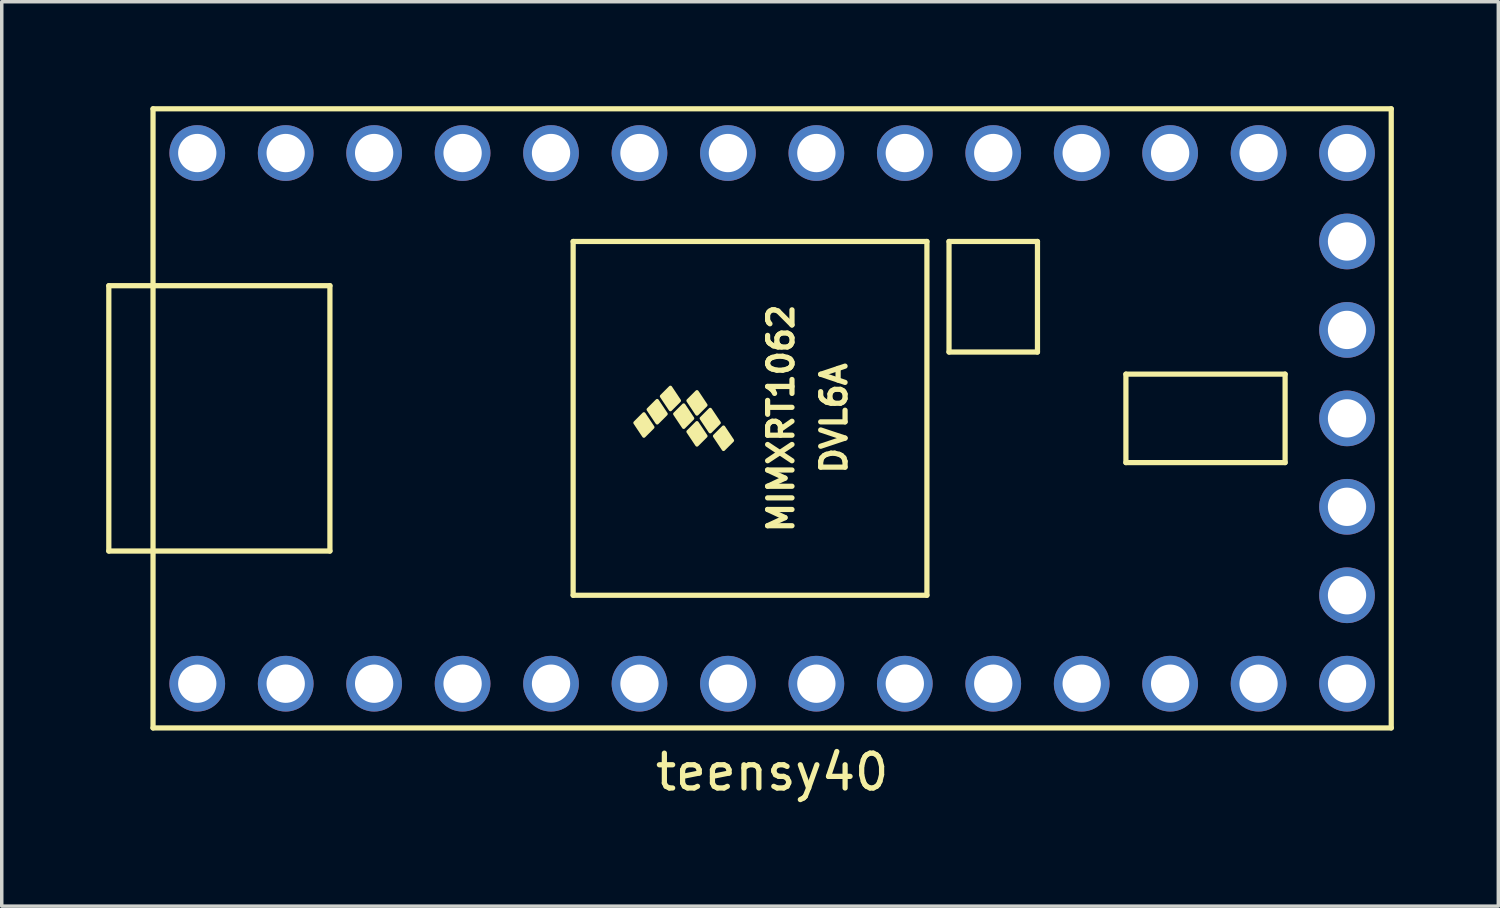
<source format=kicad_pcb>
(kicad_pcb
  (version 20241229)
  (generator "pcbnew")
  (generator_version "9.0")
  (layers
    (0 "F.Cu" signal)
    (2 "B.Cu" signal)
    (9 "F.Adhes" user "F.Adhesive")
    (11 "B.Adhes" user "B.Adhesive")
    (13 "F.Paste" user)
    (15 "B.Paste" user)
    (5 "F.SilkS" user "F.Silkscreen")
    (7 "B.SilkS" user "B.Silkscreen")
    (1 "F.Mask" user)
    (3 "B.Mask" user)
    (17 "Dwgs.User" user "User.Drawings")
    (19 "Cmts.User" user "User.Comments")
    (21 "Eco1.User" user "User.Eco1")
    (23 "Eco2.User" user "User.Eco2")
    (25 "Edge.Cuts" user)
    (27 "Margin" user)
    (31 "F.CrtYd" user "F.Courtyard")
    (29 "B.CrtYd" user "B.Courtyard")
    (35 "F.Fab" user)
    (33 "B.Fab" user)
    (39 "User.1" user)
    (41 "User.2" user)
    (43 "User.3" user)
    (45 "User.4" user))
  (footprint "teensy40"
    (layer "F.Cu")
    (at 19.125 8.965)
    (property "Reference" "teensy40" (at 0 10.16 0) (layer "F.SilkS") (effects (font (size 1 1) (thickness 0.15))))
    (attr through_hole)
    (fp_line (start -19.05 -3.81) (end -17.78 -3.81) (stroke (width 0.15) (type solid)) (layer "F.SilkS"))
    (fp_line (start -19.05 3.81) (end -19.05 -3.81) (stroke (width 0.15) (type solid)) (layer "F.SilkS"))
    (fp_line (start -17.78 -8.89) (end 17.78 -8.89) (stroke (width 0.15) (type solid)) (layer "F.SilkS"))
    (fp_line (start -17.78 3.81) (end -19.05 3.81) (stroke (width 0.15) (type solid)) (layer "F.SilkS"))
    (fp_line (start -17.78 8.89) (end -17.78 -8.89) (stroke (width 0.15) (type solid)) (layer "F.SilkS"))
    (fp_line (start -12.7 -3.81) (end -17.78 -3.81) (stroke (width 0.15) (type solid)) (layer "F.SilkS"))
    (fp_line (start -12.7 3.81) (end -17.78 3.81) (stroke (width 0.15) (type solid)) (layer "F.SilkS"))
    (fp_line (start -12.7 3.81) (end -12.7 -3.81) (stroke (width 0.15) (type solid)) (layer "F.SilkS"))
    (fp_line (start -5.715 -5.08) (end -5.715 5.08) (stroke (width 0.15) (type solid)) (layer "F.SilkS"))
    (fp_line (start 4.445 -5.08) (end -5.715 -5.08) (stroke (width 0.15) (type solid)) (layer "F.SilkS"))
    (fp_line (start 4.445 5.08) (end -5.715 5.08) (stroke (width 0.15) (type solid)) (layer "F.SilkS"))
    (fp_line (start 4.445 5.08) (end 4.445 -5.08) (stroke (width 0.15) (type solid)) (layer "F.SilkS"))
    (fp_line (start 5.08 -5.08) (end 7.62 -5.08) (stroke (width 0.15) (type solid)) (layer "F.SilkS"))
    (fp_line (start 5.08 -1.905) (end 5.08 -5.08) (stroke (width 0.15) (type solid)) (layer "F.SilkS"))
    (fp_line (start 7.62 -5.08) (end 7.62 -1.905) (stroke (width 0.15) (type solid)) (layer "F.SilkS"))
    (fp_line (start 7.62 -1.905) (end 5.08 -1.905) (stroke (width 0.15) (type solid)) (layer "F.SilkS"))
    (fp_line (start 10.16 -1.27) (end 14.732 -1.27) (stroke (width 0.15) (type solid)) (layer "F.SilkS"))
    (fp_line (start 10.16 1.27) (end 10.16 -1.27) (stroke (width 0.15) (type solid)) (layer "F.SilkS"))
    (fp_line (start 14.732 -1.27) (end 14.732 1.27) (stroke (width 0.15) (type solid)) (layer "F.SilkS"))
    (fp_line (start 14.732 1.27) (end 10.16 1.27) (stroke (width 0.15) (type solid)) (layer "F.SilkS"))
    (fp_line (start 17.78 -8.89) (end 17.78 8.89) (stroke (width 0.15) (type solid)) (layer "F.SilkS"))
    (fp_line (start 17.78 8.89) (end -17.78 8.89) (stroke (width 0.15) (type solid)) (layer "F.SilkS"))
    (fp_poly (pts (xy -3.937 0.127) (xy -3.683 -0.127) (xy -3.429 0.254) (xy -3.683 0.508)) (stroke (width 0.1) (type solid)) (fill yes) (layer "F.SilkS"))
    (fp_poly (pts (xy -3.556 -0.254) (xy -3.302 -0.508) (xy -3.048 -0.127) (xy -3.302 0.127)) (stroke (width 0.1) (type solid)) (fill yes) (layer "F.SilkS"))
    (fp_poly (pts (xy -3.175 -0.635) (xy -2.921 -0.889) (xy -2.667 -0.508) (xy -2.921 -0.254)) (stroke (width 0.1) (type solid)) (fill yes) (layer "F.SilkS"))
    (fp_poly (pts (xy -2.794 -0.127) (xy -2.54 -0.381) (xy -2.286 0) (xy -2.54 0.254)) (stroke (width 0.1) (type solid)) (fill yes) (layer "F.SilkS"))
    (fp_poly (pts (xy -2.413 -0.508) (xy -2.159 -0.762) (xy -1.905 -0.381) (xy -2.159 -0.127)) (stroke (width 0.1) (type solid)) (fill yes) (layer "F.SilkS"))
    (fp_poly (pts (xy -2.413 0.381) (xy -2.159 0.127) (xy -1.905 0.508) (xy -2.159 0.762)) (stroke (width 0.1) (type solid)) (fill yes) (layer "F.SilkS"))
    (fp_poly (pts (xy -2.032 0) (xy -1.778 -0.254) (xy -1.524 0.127) (xy -1.778 0.381)) (stroke (width 0.1) (type solid)) (fill yes) (layer "F.SilkS"))
    (fp_poly (pts (xy -1.651 0.508) (xy -1.397 0.254) (xy -1.143 0.635) (xy -1.397 0.889)) (stroke (width 0.1) (type solid)) (fill yes) (layer "F.SilkS"))
    (fp_text user "DVL6A" (at 1.778 0 90) (layer "F.SilkS") (effects (font (size 0.7 0.7) (thickness 0.15))))
    (fp_text user "MIMXRT1062" (at 0.254 0 90) (layer "F.SilkS") (effects (font (size 0.7 0.7) (thickness 0.15))))
    (pad "1" thru_hole circle (at -16.51 7.62) (size 1.6 1.6) (drill 1.1) (layers "*.Cu" "*.Mask"))
    (pad "2" thru_hole circle (at -13.97 7.62) (size 1.6 1.6) (drill 1.1) (layers "*.Cu" "*.Mask"))
    (pad "3" thru_hole circle (at -11.43 7.62) (size 1.6 1.6) (drill 1.1) (layers "*.Cu" "*.Mask"))
    (pad "4" thru_hole circle (at -8.89 7.62) (size 1.6 1.6) (drill 1.1) (layers "*.Cu" "*.Mask"))
    (pad "5" thru_hole circle (at -6.35 7.62) (size 1.6 1.6) (drill 1.1) (layers "*.Cu" "*.Mask"))
    (pad "6" thru_hole circle (at -3.81 7.62) (size 1.6 1.6) (drill 1.1) (layers "*.Cu" "*.Mask"))
    (pad "7" thru_hole circle (at -1.27 7.62) (size 1.6 1.6) (drill 1.1) (layers "*.Cu" "*.Mask"))
    (pad "8" thru_hole circle (at 1.27 7.62) (size 1.6 1.6) (drill 1.1) (layers "*.Cu" "*.Mask"))
    (pad "9" thru_hole circle (at 3.81 7.62) (size 1.6 1.6) (drill 1.1) (layers "*.Cu" "*.Mask"))
    (pad "10" thru_hole circle (at 6.35 7.62) (size 1.6 1.6) (drill 1.1) (layers "*.Cu" "*.Mask"))
    (pad "11" thru_hole circle (at 8.89 7.62) (size 1.6 1.6) (drill 1.1) (layers "*.Cu" "*.Mask"))
    (pad "12" thru_hole circle (at 11.43 7.62) (size 1.6 1.6) (drill 1.1) (layers "*.Cu" "*.Mask"))
    (pad "13" thru_hole circle (at 13.97 7.62) (size 1.6 1.6) (drill 1.1) (layers "*.Cu" "*.Mask"))
    (pad "14" thru_hole circle (at 16.51 7.62) (size 1.6 1.6) (drill 1.1) (layers "*.Cu" "*.Mask"))
    (pad "15" thru_hole circle (at 16.51 5.08) (size 1.6 1.6) (drill 1.1) (layers "*.Cu" "*.Mask"))
    (pad "16" thru_hole circle (at 16.51 2.54) (size 1.6 1.6) (drill 1.1) (layers "*.Cu" "*.Mask"))
    (pad "17" thru_hole circle (at 16.51 0) (size 1.6 1.6) (drill 1.1) (layers "*.Cu" "*.Mask"))
    (pad "18" thru_hole circle (at 16.51 -2.54) (size 1.6 1.6) (drill 1.1) (layers "*.Cu" "*.Mask"))
    (pad "19" thru_hole circle (at 16.51 -5.08) (size 1.6 1.6) (drill 1.1) (layers "*.Cu" "*.Mask"))
    (pad "20" thru_hole circle (at 16.51 -7.62) (size 1.6 1.6) (drill 1.1) (layers "*.Cu" "*.Mask"))
    (pad "21" thru_hole circle (at 13.97 -7.62) (size 1.6 1.6) (drill 1.1) (layers "*.Cu" "*.Mask"))
    (pad "22" thru_hole circle (at 11.43 -7.62) (size 1.6 1.6) (drill 1.1) (layers "*.Cu" "*.Mask"))
    (pad "23" thru_hole circle (at 8.89 -7.62) (size 1.6 1.6) (drill 1.1) (layers "*.Cu" "*.Mask"))
    (pad "24" thru_hole circle (at 6.35 -7.62) (size 1.6 1.6) (drill 1.1) (layers "*.Cu" "*.Mask"))
    (pad "25" thru_hole circle (at 3.81 -7.62) (size 1.6 1.6) (drill 1.1) (layers "*.Cu" "*.Mask"))
    (pad "26" thru_hole circle (at 1.27 -7.62) (size 1.6 1.6) (drill 1.1) (layers "*.Cu" "*.Mask"))
    (pad "27" thru_hole circle (at -1.27 -7.62) (size 1.6 1.6) (drill 1.1) (layers "*.Cu" "*.Mask"))
    (pad "28" thru_hole circle (at -3.81 -7.62) (size 1.6 1.6) (drill 1.1) (layers "*.Cu" "*.Mask"))
    (pad "29" thru_hole circle (at -6.35 -7.62) (size 1.6 1.6) (drill 1.1) (layers "*.Cu" "*.Mask"))
    (pad "30" thru_hole circle (at -8.89 -7.62) (size 1.6 1.6) (drill 1.1) (layers "*.Cu" "*.Mask"))
    (pad "31" thru_hole circle (at -11.43 -7.62) (size 1.6 1.6) (drill 1.1) (layers "*.Cu" "*.Mask"))
    (pad "32" thru_hole circle (at -13.97 -7.62) (size 1.6 1.6) (drill 1.1) (layers "*.Cu" "*.Mask"))
    (pad "33" thru_hole circle (at -16.51 -7.62) (size 1.6 1.6) (drill 1.1) (layers "*.Cu" "*.Mask")))
  (gr_rect
    (start -3 -3)
    (end 39.98 22.973)
    (stroke (width 0.1) (type default))
    (fill no)
    (layer "Edge.Cuts")))
</source>
